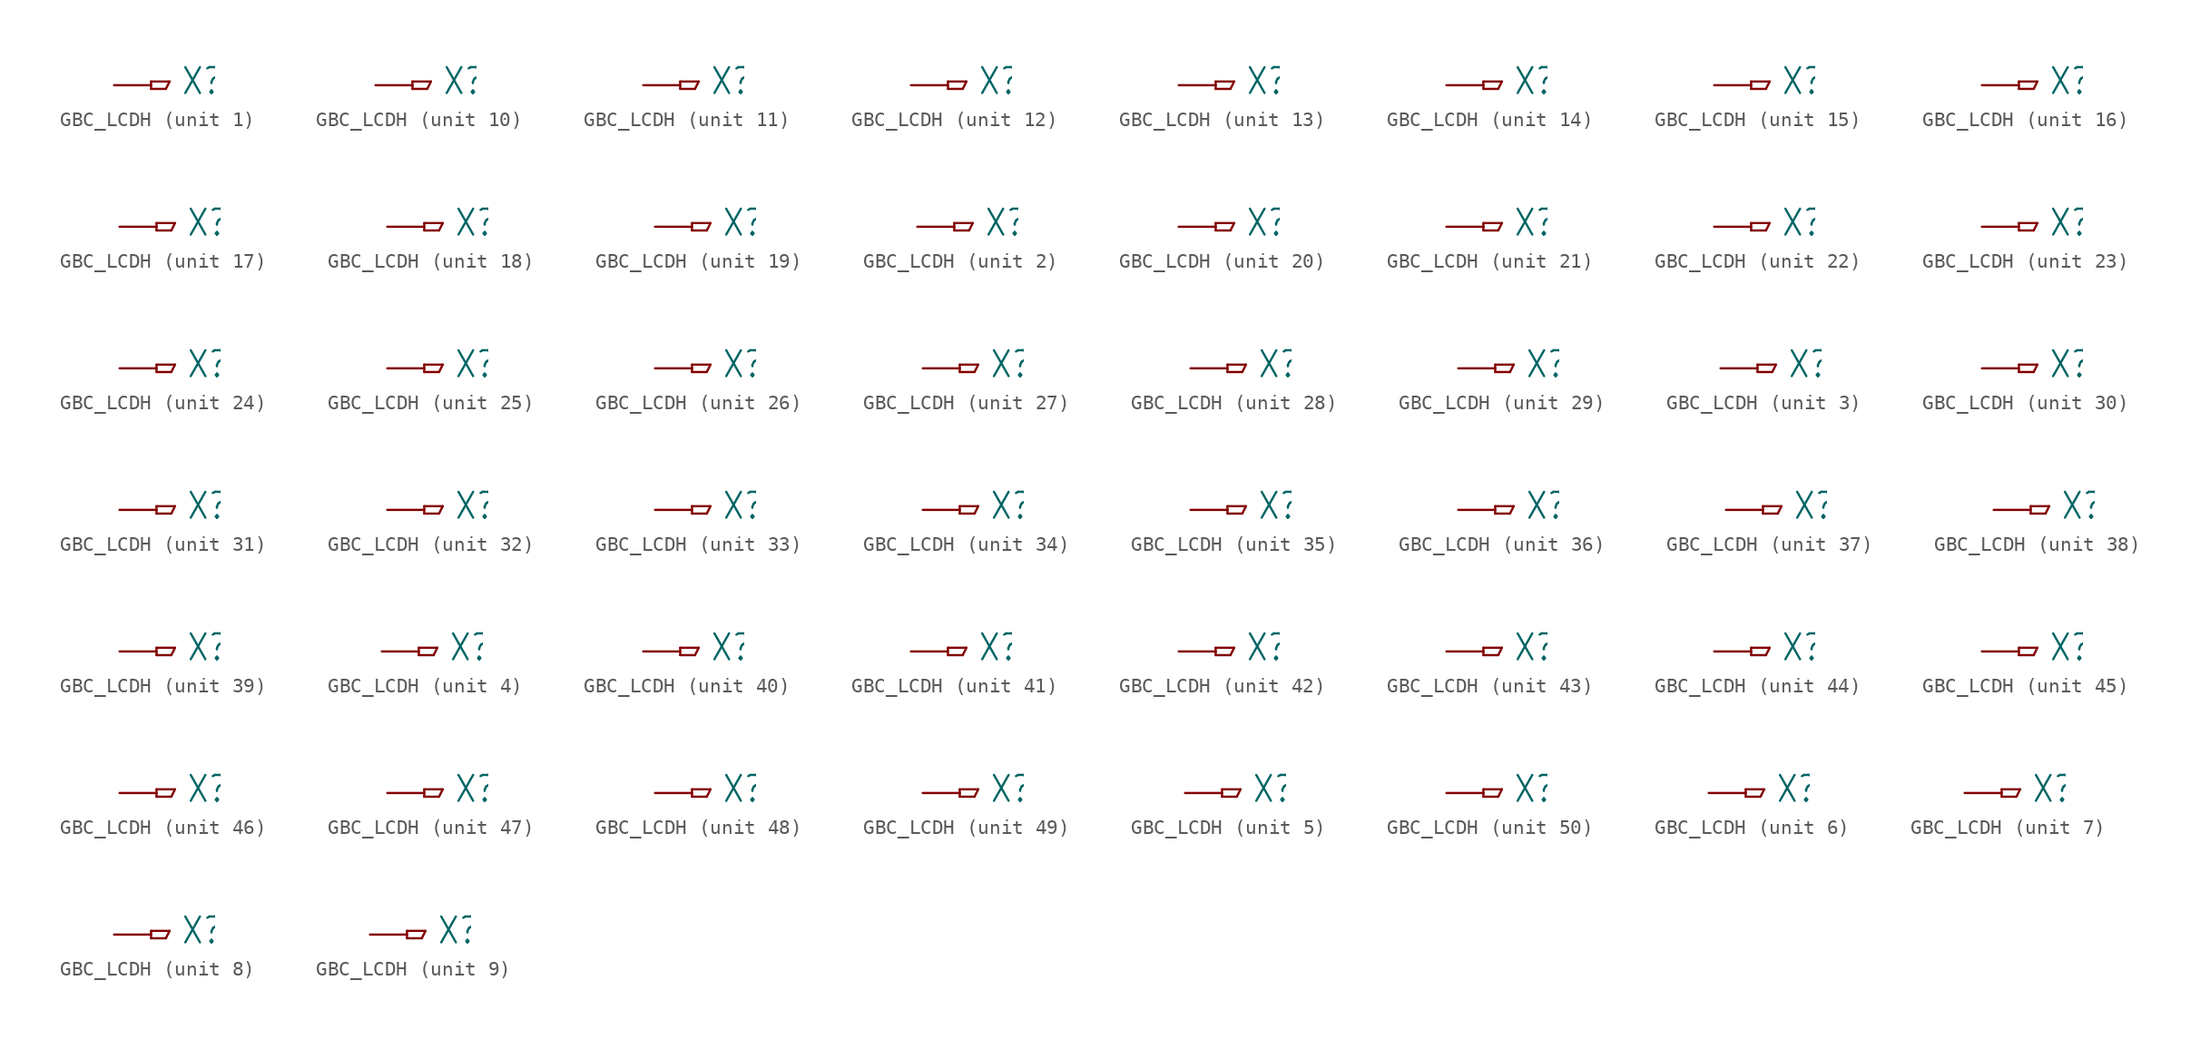
<source format=kicad_sym>
(kicad_symbol_lib
  (version 20241209)
  (generator "kicad_symbol_editor")
  (generator_version "9.0")
  (symbol "GBC_LCDH"
    (property "Reference" "X"
      (at 2.032 -0.762 0)
      (effects (font (size 1.778 1.511)) (justify left bottom)))
    (property "ki_locked" ""
      (at 0 0 0)
      (effects (font (size 1.27 1.27))))
    (symbol "GBC_LCDH_1_0"
      (polyline (pts (xy 0 0.254) (xy 0 -0.254)) (stroke (width 0.152) (type solid)) (fill (type none)))
      (polyline (pts (xy 0 -0.254) (xy 1.016 -0.254)) (stroke (width 0.152) (type solid)) (fill (type none)))
      (polyline (pts (xy 1.016 -0.254) (xy 1.27 0.254)) (stroke (width 0.152) (type solid)) (fill (type none)))
      (polyline (pts (xy 1.27 0.254) (xy 0 0.254)) (stroke (width 0.152) (type solid)) (fill (type none)))
      (pin passive line (at -2.54 0 0) (length 2.54) (name "1" (effects (font (size 0 0)))) (number "50" (effects (font (size 0 0))))))
    (symbol "GBC_LCDH_2_0"
      (polyline (pts (xy 0 0.254) (xy 0 -0.254)) (stroke (width 0.152) (type solid)) (fill (type none)))
      (polyline (pts (xy 0 -0.254) (xy 1.016 -0.254)) (stroke (width 0.152) (type solid)) (fill (type none)))
      (polyline (pts (xy 1.016 -0.254) (xy 1.27 0.254)) (stroke (width 0.152) (type solid)) (fill (type none)))
      (polyline (pts (xy 1.27 0.254) (xy 0 0.254)) (stroke (width 0.152) (type solid)) (fill (type none)))
      (pin passive line (at -2.54 0 0) (length 2.54) (name "1" (effects (font (size 0 0)))) (number "26" (effects (font (size 0 0))))))
    (symbol "GBC_LCDH_3_0"
      (polyline (pts (xy 0 0.254) (xy 0 -0.254)) (stroke (width 0.152) (type solid)) (fill (type none)))
      (polyline (pts (xy 0 -0.254) (xy 1.016 -0.254)) (stroke (width 0.152) (type solid)) (fill (type none)))
      (polyline (pts (xy 1.016 -0.254) (xy 1.27 0.254)) (stroke (width 0.152) (type solid)) (fill (type none)))
      (polyline (pts (xy 1.27 0.254) (xy 0 0.254)) (stroke (width 0.152) (type solid)) (fill (type none)))
      (pin passive line (at -2.54 0 0) (length 2.54) (name "1" (effects (font (size 0 0)))) (number "27" (effects (font (size 0 0))))))
    (symbol "GBC_LCDH_4_0"
      (polyline (pts (xy 0 0.254) (xy 0 -0.254)) (stroke (width 0.152) (type solid)) (fill (type none)))
      (polyline (pts (xy 0 -0.254) (xy 1.016 -0.254)) (stroke (width 0.152) (type solid)) (fill (type none)))
      (polyline (pts (xy 1.016 -0.254) (xy 1.27 0.254)) (stroke (width 0.152) (type solid)) (fill (type none)))
      (polyline (pts (xy 1.27 0.254) (xy 0 0.254)) (stroke (width 0.152) (type solid)) (fill (type none)))
      (pin passive line (at -2.54 0 0) (length 2.54) (name "1" (effects (font (size 0 0)))) (number "28" (effects (font (size 0 0))))))
    (symbol "GBC_LCDH_5_0"
      (polyline (pts (xy 0 0.254) (xy 0 -0.254)) (stroke (width 0.152) (type solid)) (fill (type none)))
      (polyline (pts (xy 0 -0.254) (xy 1.016 -0.254)) (stroke (width 0.152) (type solid)) (fill (type none)))
      (polyline (pts (xy 1.016 -0.254) (xy 1.27 0.254)) (stroke (width 0.152) (type solid)) (fill (type none)))
      (polyline (pts (xy 1.27 0.254) (xy 0 0.254)) (stroke (width 0.152) (type solid)) (fill (type none)))
      (pin passive line (at -2.54 0 0) (length 2.54) (name "1" (effects (font (size 0 0)))) (number "29" (effects (font (size 0 0))))))
    (symbol "GBC_LCDH_6_0"
      (polyline (pts (xy 0 0.254) (xy 0 -0.254)) (stroke (width 0.152) (type solid)) (fill (type none)))
      (polyline (pts (xy 0 -0.254) (xy 1.016 -0.254)) (stroke (width 0.152) (type solid)) (fill (type none)))
      (polyline (pts (xy 1.016 -0.254) (xy 1.27 0.254)) (stroke (width 0.152) (type solid)) (fill (type none)))
      (polyline (pts (xy 1.27 0.254) (xy 0 0.254)) (stroke (width 0.152) (type solid)) (fill (type none)))
      (pin passive line (at -2.54 0 0) (length 2.54) (name "1" (effects (font (size 0 0)))) (number "30" (effects (font (size 0 0))))))
    (symbol "GBC_LCDH_7_0"
      (polyline (pts (xy 0 0.254) (xy 0 -0.254)) (stroke (width 0.152) (type solid)) (fill (type none)))
      (polyline (pts (xy 0 -0.254) (xy 1.016 -0.254)) (stroke (width 0.152) (type solid)) (fill (type none)))
      (polyline (pts (xy 1.016 -0.254) (xy 1.27 0.254)) (stroke (width 0.152) (type solid)) (fill (type none)))
      (polyline (pts (xy 1.27 0.254) (xy 0 0.254)) (stroke (width 0.152) (type solid)) (fill (type none)))
      (pin passive line (at -2.54 0 0) (length 2.54) (name "1" (effects (font (size 0 0)))) (number "31" (effects (font (size 0 0))))))
    (symbol "GBC_LCDH_8_0"
      (polyline (pts (xy 0 0.254) (xy 0 -0.254)) (stroke (width 0.152) (type solid)) (fill (type none)))
      (polyline (pts (xy 0 -0.254) (xy 1.016 -0.254)) (stroke (width 0.152) (type solid)) (fill (type none)))
      (polyline (pts (xy 1.016 -0.254) (xy 1.27 0.254)) (stroke (width 0.152) (type solid)) (fill (type none)))
      (polyline (pts (xy 1.27 0.254) (xy 0 0.254)) (stroke (width 0.152) (type solid)) (fill (type none)))
      (pin passive line (at -2.54 0 0) (length 2.54) (name "1" (effects (font (size 0 0)))) (number "7" (effects (font (size 0 0))))))
    (symbol "GBC_LCDH_9_0"
      (polyline (pts (xy 0 0.254) (xy 0 -0.254)) (stroke (width 0.152) (type solid)) (fill (type none)))
      (polyline (pts (xy 0 -0.254) (xy 1.016 -0.254)) (stroke (width 0.152) (type solid)) (fill (type none)))
      (polyline (pts (xy 1.016 -0.254) (xy 1.27 0.254)) (stroke (width 0.152) (type solid)) (fill (type none)))
      (polyline (pts (xy 1.27 0.254) (xy 0 0.254)) (stroke (width 0.152) (type solid)) (fill (type none)))
      (pin passive line (at -2.54 0 0) (length 2.54) (name "1" (effects (font (size 0 0)))) (number "36" (effects (font (size 0 0))))))
    (symbol "GBC_LCDH_10_0"
      (polyline (pts (xy 0 0.254) (xy 0 -0.254)) (stroke (width 0.152) (type solid)) (fill (type none)))
      (polyline (pts (xy 0 -0.254) (xy 1.016 -0.254)) (stroke (width 0.152) (type solid)) (fill (type none)))
      (polyline (pts (xy 1.016 -0.254) (xy 1.27 0.254)) (stroke (width 0.152) (type solid)) (fill (type none)))
      (polyline (pts (xy 1.27 0.254) (xy 0 0.254)) (stroke (width 0.152) (type solid)) (fill (type none)))
      (pin passive line (at -2.54 0 0) (length 2.54) (name "1" (effects (font (size 0 0)))) (number "33" (effects (font (size 0 0))))))
    (symbol "GBC_LCDH_11_0"
      (polyline (pts (xy 0 0.254) (xy 0 -0.254)) (stroke (width 0.152) (type solid)) (fill (type none)))
      (polyline (pts (xy 0 -0.254) (xy 1.016 -0.254)) (stroke (width 0.152) (type solid)) (fill (type none)))
      (polyline (pts (xy 1.016 -0.254) (xy 1.27 0.254)) (stroke (width 0.152) (type solid)) (fill (type none)))
      (polyline (pts (xy 1.27 0.254) (xy 0 0.254)) (stroke (width 0.152) (type solid)) (fill (type none)))
      (pin passive line (at -2.54 0 0) (length 2.54) (name "1" (effects (font (size 0 0)))) (number "20" (effects (font (size 0 0))))))
    (symbol "GBC_LCDH_12_0"
      (polyline (pts (xy 0 0.254) (xy 0 -0.254)) (stroke (width 0.152) (type solid)) (fill (type none)))
      (polyline (pts (xy 0 -0.254) (xy 1.016 -0.254)) (stroke (width 0.152) (type solid)) (fill (type none)))
      (polyline (pts (xy 1.016 -0.254) (xy 1.27 0.254)) (stroke (width 0.152) (type solid)) (fill (type none)))
      (polyline (pts (xy 1.27 0.254) (xy 0 0.254)) (stroke (width 0.152) (type solid)) (fill (type none)))
      (pin passive line (at -2.54 0 0) (length 2.54) (name "1" (effects (font (size 0 0)))) (number "21" (effects (font (size 0 0))))))
    (symbol "GBC_LCDH_13_0"
      (polyline (pts (xy 0 0.254) (xy 0 -0.254)) (stroke (width 0.152) (type solid)) (fill (type none)))
      (polyline (pts (xy 0 -0.254) (xy 1.016 -0.254)) (stroke (width 0.152) (type solid)) (fill (type none)))
      (polyline (pts (xy 1.016 -0.254) (xy 1.27 0.254)) (stroke (width 0.152) (type solid)) (fill (type none)))
      (polyline (pts (xy 1.27 0.254) (xy 0 0.254)) (stroke (width 0.152) (type solid)) (fill (type none)))
      (pin passive line (at -2.54 0 0) (length 2.54) (name "1" (effects (font (size 0 0)))) (number "22" (effects (font (size 0 0))))))
    (symbol "GBC_LCDH_14_0"
      (polyline (pts (xy 0 0.254) (xy 0 -0.254)) (stroke (width 0.152) (type solid)) (fill (type none)))
      (polyline (pts (xy 0 -0.254) (xy 1.016 -0.254)) (stroke (width 0.152) (type solid)) (fill (type none)))
      (polyline (pts (xy 1.016 -0.254) (xy 1.27 0.254)) (stroke (width 0.152) (type solid)) (fill (type none)))
      (polyline (pts (xy 1.27 0.254) (xy 0 0.254)) (stroke (width 0.152) (type solid)) (fill (type none)))
      (pin passive line (at -2.54 0 0) (length 2.54) (name "1" (effects (font (size 0 0)))) (number "23" (effects (font (size 0 0))))))
    (symbol "GBC_LCDH_15_0"
      (polyline (pts (xy 0 0.254) (xy 0 -0.254)) (stroke (width 0.152) (type solid)) (fill (type none)))
      (polyline (pts (xy 0 -0.254) (xy 1.016 -0.254)) (stroke (width 0.152) (type solid)) (fill (type none)))
      (polyline (pts (xy 1.016 -0.254) (xy 1.27 0.254)) (stroke (width 0.152) (type solid)) (fill (type none)))
      (polyline (pts (xy 1.27 0.254) (xy 0 0.254)) (stroke (width 0.152) (type solid)) (fill (type none)))
      (pin passive line (at -2.54 0 0) (length 2.54) (name "1" (effects (font (size 0 0)))) (number "24" (effects (font (size 0 0))))))
    (symbol "GBC_LCDH_16_0"
      (polyline (pts (xy 0 0.254) (xy 0 -0.254)) (stroke (width 0.152) (type solid)) (fill (type none)))
      (polyline (pts (xy 0 -0.254) (xy 1.016 -0.254)) (stroke (width 0.152) (type solid)) (fill (type none)))
      (polyline (pts (xy 1.016 -0.254) (xy 1.27 0.254)) (stroke (width 0.152) (type solid)) (fill (type none)))
      (polyline (pts (xy 1.27 0.254) (xy 0 0.254)) (stroke (width 0.152) (type solid)) (fill (type none)))
      (pin passive line (at -2.54 0 0) (length 2.54) (name "1" (effects (font (size 0 0)))) (number "25" (effects (font (size 0 0))))))
    (symbol "GBC_LCDH_17_0"
      (polyline (pts (xy 0 0.254) (xy 0 -0.254)) (stroke (width 0.152) (type solid)) (fill (type none)))
      (polyline (pts (xy 0 -0.254) (xy 1.016 -0.254)) (stroke (width 0.152) (type solid)) (fill (type none)))
      (polyline (pts (xy 1.016 -0.254) (xy 1.27 0.254)) (stroke (width 0.152) (type solid)) (fill (type none)))
      (polyline (pts (xy 1.27 0.254) (xy 0 0.254)) (stroke (width 0.152) (type solid)) (fill (type none)))
      (pin passive line (at -2.54 0 0) (length 2.54) (name "1" (effects (font (size 0 0)))) (number "35" (effects (font (size 0 0))))))
    (symbol "GBC_LCDH_18_0"
      (polyline (pts (xy 0 0.254) (xy 0 -0.254)) (stroke (width 0.152) (type solid)) (fill (type none)))
      (polyline (pts (xy 0 -0.254) (xy 1.016 -0.254)) (stroke (width 0.152) (type solid)) (fill (type none)))
      (polyline (pts (xy 1.016 -0.254) (xy 1.27 0.254)) (stroke (width 0.152) (type solid)) (fill (type none)))
      (polyline (pts (xy 1.27 0.254) (xy 0 0.254)) (stroke (width 0.152) (type solid)) (fill (type none)))
      (pin passive line (at -2.54 0 0) (length 2.54) (name "1" (effects (font (size 0 0)))) (number "3" (effects (font (size 0 0))))))
    (symbol "GBC_LCDH_19_0"
      (polyline (pts (xy 0 0.254) (xy 0 -0.254)) (stroke (width 0.152) (type solid)) (fill (type none)))
      (polyline (pts (xy 0 -0.254) (xy 1.016 -0.254)) (stroke (width 0.152) (type solid)) (fill (type none)))
      (polyline (pts (xy 1.016 -0.254) (xy 1.27 0.254)) (stroke (width 0.152) (type solid)) (fill (type none)))
      (polyline (pts (xy 1.27 0.254) (xy 0 0.254)) (stroke (width 0.152) (type solid)) (fill (type none)))
      (pin passive line (at -2.54 0 0) (length 2.54) (name "1" (effects (font (size 0 0)))) (number "4" (effects (font (size 0 0))))))
    (symbol "GBC_LCDH_20_0"
      (polyline (pts (xy 0 0.254) (xy 0 -0.254)) (stroke (width 0.152) (type solid)) (fill (type none)))
      (polyline (pts (xy 0 -0.254) (xy 1.016 -0.254)) (stroke (width 0.152) (type solid)) (fill (type none)))
      (polyline (pts (xy 1.016 -0.254) (xy 1.27 0.254)) (stroke (width 0.152) (type solid)) (fill (type none)))
      (polyline (pts (xy 1.27 0.254) (xy 0 0.254)) (stroke (width 0.152) (type solid)) (fill (type none)))
      (pin passive line (at -2.54 0 0) (length 2.54) (name "1" (effects (font (size 0 0)))) (number "34" (effects (font (size 0 0))))))
    (symbol "GBC_LCDH_21_0"
      (polyline (pts (xy 0 0.254) (xy 0 -0.254)) (stroke (width 0.152) (type solid)) (fill (type none)))
      (polyline (pts (xy 0 -0.254) (xy 1.016 -0.254)) (stroke (width 0.152) (type solid)) (fill (type none)))
      (polyline (pts (xy 1.016 -0.254) (xy 1.27 0.254)) (stroke (width 0.152) (type solid)) (fill (type none)))
      (polyline (pts (xy 1.27 0.254) (xy 0 0.254)) (stroke (width 0.152) (type solid)) (fill (type none)))
      (pin passive line (at -2.54 0 0) (length 2.54) (name "1" (effects (font (size 0 0)))) (number "14" (effects (font (size 0 0))))))
    (symbol "GBC_LCDH_22_0"
      (polyline (pts (xy 0 0.254) (xy 0 -0.254)) (stroke (width 0.152) (type solid)) (fill (type none)))
      (polyline (pts (xy 0 -0.254) (xy 1.016 -0.254)) (stroke (width 0.152) (type solid)) (fill (type none)))
      (polyline (pts (xy 1.016 -0.254) (xy 1.27 0.254)) (stroke (width 0.152) (type solid)) (fill (type none)))
      (polyline (pts (xy 1.27 0.254) (xy 0 0.254)) (stroke (width 0.152) (type solid)) (fill (type none)))
      (pin passive line (at -2.54 0 0) (length 2.54) (name "1" (effects (font (size 0 0)))) (number "15" (effects (font (size 0 0))))))
    (symbol "GBC_LCDH_23_0"
      (polyline (pts (xy 0 0.254) (xy 0 -0.254)) (stroke (width 0.152) (type solid)) (fill (type none)))
      (polyline (pts (xy 0 -0.254) (xy 1.016 -0.254)) (stroke (width 0.152) (type solid)) (fill (type none)))
      (polyline (pts (xy 1.016 -0.254) (xy 1.27 0.254)) (stroke (width 0.152) (type solid)) (fill (type none)))
      (polyline (pts (xy 1.27 0.254) (xy 0 0.254)) (stroke (width 0.152) (type solid)) (fill (type none)))
      (pin passive line (at -2.54 0 0) (length 2.54) (name "1" (effects (font (size 0 0)))) (number "16" (effects (font (size 0 0))))))
    (symbol "GBC_LCDH_24_0"
      (polyline (pts (xy 0 0.254) (xy 0 -0.254)) (stroke (width 0.152) (type solid)) (fill (type none)))
      (polyline (pts (xy 0 -0.254) (xy 1.016 -0.254)) (stroke (width 0.152) (type solid)) (fill (type none)))
      (polyline (pts (xy 1.016 -0.254) (xy 1.27 0.254)) (stroke (width 0.152) (type solid)) (fill (type none)))
      (polyline (pts (xy 1.27 0.254) (xy 0 0.254)) (stroke (width 0.152) (type solid)) (fill (type none)))
      (pin passive line (at -2.54 0 0) (length 2.54) (name "1" (effects (font (size 0 0)))) (number "17" (effects (font (size 0 0))))))
    (symbol "GBC_LCDH_25_0"
      (polyline (pts (xy 0 0.254) (xy 0 -0.254)) (stroke (width 0.152) (type solid)) (fill (type none)))
      (polyline (pts (xy 0 -0.254) (xy 1.016 -0.254)) (stroke (width 0.152) (type solid)) (fill (type none)))
      (polyline (pts (xy 1.016 -0.254) (xy 1.27 0.254)) (stroke (width 0.152) (type solid)) (fill (type none)))
      (polyline (pts (xy 1.27 0.254) (xy 0 0.254)) (stroke (width 0.152) (type solid)) (fill (type none)))
      (pin passive line (at -2.54 0 0) (length 2.54) (name "1" (effects (font (size 0 0)))) (number "18" (effects (font (size 0 0))))))
    (symbol "GBC_LCDH_26_0"
      (polyline (pts (xy 0 0.254) (xy 0 -0.254)) (stroke (width 0.152) (type solid)) (fill (type none)))
      (polyline (pts (xy 0 -0.254) (xy 1.016 -0.254)) (stroke (width 0.152) (type solid)) (fill (type none)))
      (polyline (pts (xy 1.016 -0.254) (xy 1.27 0.254)) (stroke (width 0.152) (type solid)) (fill (type none)))
      (polyline (pts (xy 1.27 0.254) (xy 0 0.254)) (stroke (width 0.152) (type solid)) (fill (type none)))
      (pin passive line (at -2.54 0 0) (length 2.54) (name "1" (effects (font (size 0 0)))) (number "19" (effects (font (size 0 0))))))
    (symbol "GBC_LCDH_27_0"
      (polyline (pts (xy 0 0.254) (xy 0 -0.254)) (stroke (width 0.152) (type solid)) (fill (type none)))
      (polyline (pts (xy 0 -0.254) (xy 1.016 -0.254)) (stroke (width 0.152) (type solid)) (fill (type none)))
      (polyline (pts (xy 1.016 -0.254) (xy 1.27 0.254)) (stroke (width 0.152) (type solid)) (fill (type none)))
      (polyline (pts (xy 1.27 0.254) (xy 0 0.254)) (stroke (width 0.152) (type solid)) (fill (type none)))
      (pin passive line (at -2.54 0 0) (length 2.54) (name "1" (effects (font (size 0 0)))) (number "13" (effects (font (size 0 0))))))
    (symbol "GBC_LCDH_28_0"
      (polyline (pts (xy 0 0.254) (xy 0 -0.254)) (stroke (width 0.152) (type solid)) (fill (type none)))
      (polyline (pts (xy 0 -0.254) (xy 1.016 -0.254)) (stroke (width 0.152) (type solid)) (fill (type none)))
      (polyline (pts (xy 1.016 -0.254) (xy 1.27 0.254)) (stroke (width 0.152) (type solid)) (fill (type none)))
      (polyline (pts (xy 1.27 0.254) (xy 0 0.254)) (stroke (width 0.152) (type solid)) (fill (type none)))
      (pin passive line (at -2.54 0 0) (length 2.54) (name "1" (effects (font (size 0 0)))) (number "6" (effects (font (size 0 0))))))
    (symbol "GBC_LCDH_29_0"
      (polyline (pts (xy 0 0.254) (xy 0 -0.254)) (stroke (width 0.152) (type solid)) (fill (type none)))
      (polyline (pts (xy 0 -0.254) (xy 1.016 -0.254)) (stroke (width 0.152) (type solid)) (fill (type none)))
      (polyline (pts (xy 1.016 -0.254) (xy 1.27 0.254)) (stroke (width 0.152) (type solid)) (fill (type none)))
      (polyline (pts (xy 1.27 0.254) (xy 0 0.254)) (stroke (width 0.152) (type solid)) (fill (type none)))
      (pin passive line (at -2.54 0 0) (length 2.54) (name "1" (effects (font (size 0 0)))) (number "5" (effects (font (size 0 0))))))
    (symbol "GBC_LCDH_30_0"
      (polyline (pts (xy 0 0.254) (xy 0 -0.254)) (stroke (width 0.152) (type solid)) (fill (type none)))
      (polyline (pts (xy 0 -0.254) (xy 1.016 -0.254)) (stroke (width 0.152) (type solid)) (fill (type none)))
      (polyline (pts (xy 1.016 -0.254) (xy 1.27 0.254)) (stroke (width 0.152) (type solid)) (fill (type none)))
      (polyline (pts (xy 1.27 0.254) (xy 0 0.254)) (stroke (width 0.152) (type solid)) (fill (type none)))
      (pin passive line (at -2.54 0 0) (length 2.54) (name "1" (effects (font (size 0 0)))) (number "37" (effects (font (size 0 0))))))
    (symbol "GBC_LCDH_31_0"
      (polyline (pts (xy 0 0.254) (xy 0 -0.254)) (stroke (width 0.152) (type solid)) (fill (type none)))
      (polyline (pts (xy 0 -0.254) (xy 1.016 -0.254)) (stroke (width 0.152) (type solid)) (fill (type none)))
      (polyline (pts (xy 1.016 -0.254) (xy 1.27 0.254)) (stroke (width 0.152) (type solid)) (fill (type none)))
      (polyline (pts (xy 1.27 0.254) (xy 0 0.254)) (stroke (width 0.152) (type solid)) (fill (type none)))
      (pin passive line (at -2.54 0 0) (length 2.54) (name "1" (effects (font (size 0 0)))) (number "38" (effects (font (size 0 0))))))
    (symbol "GBC_LCDH_32_0"
      (polyline (pts (xy 0 0.254) (xy 0 -0.254)) (stroke (width 0.152) (type solid)) (fill (type none)))
      (polyline (pts (xy 0 -0.254) (xy 1.016 -0.254)) (stroke (width 0.152) (type solid)) (fill (type none)))
      (polyline (pts (xy 1.016 -0.254) (xy 1.27 0.254)) (stroke (width 0.152) (type solid)) (fill (type none)))
      (polyline (pts (xy 1.27 0.254) (xy 0 0.254)) (stroke (width 0.152) (type solid)) (fill (type none)))
      (pin passive line (at -2.54 0 0) (length 2.54) (name "1" (effects (font (size 0 0)))) (number "40" (effects (font (size 0 0))))))
    (symbol "GBC_LCDH_33_0"
      (polyline (pts (xy 0 0.254) (xy 0 -0.254)) (stroke (width 0.152) (type solid)) (fill (type none)))
      (polyline (pts (xy 0 -0.254) (xy 1.016 -0.254)) (stroke (width 0.152) (type solid)) (fill (type none)))
      (polyline (pts (xy 1.016 -0.254) (xy 1.27 0.254)) (stroke (width 0.152) (type solid)) (fill (type none)))
      (polyline (pts (xy 1.27 0.254) (xy 0 0.254)) (stroke (width 0.152) (type solid)) (fill (type none)))
      (pin passive line (at -2.54 0 0) (length 2.54) (name "1" (effects (font (size 0 0)))) (number "41" (effects (font (size 0 0))))))
    (symbol "GBC_LCDH_34_0"
      (polyline (pts (xy 0 0.254) (xy 0 -0.254)) (stroke (width 0.152) (type solid)) (fill (type none)))
      (polyline (pts (xy 0 -0.254) (xy 1.016 -0.254)) (stroke (width 0.152) (type solid)) (fill (type none)))
      (polyline (pts (xy 1.016 -0.254) (xy 1.27 0.254)) (stroke (width 0.152) (type solid)) (fill (type none)))
      (polyline (pts (xy 1.27 0.254) (xy 0 0.254)) (stroke (width 0.152) (type solid)) (fill (type none)))
      (pin passive line (at -2.54 0 0) (length 2.54) (name "1" (effects (font (size 0 0)))) (number "42" (effects (font (size 0 0))))))
    (symbol "GBC_LCDH_35_0"
      (polyline (pts (xy 0 0.254) (xy 0 -0.254)) (stroke (width 0.152) (type solid)) (fill (type none)))
      (polyline (pts (xy 0 -0.254) (xy 1.016 -0.254)) (stroke (width 0.152) (type solid)) (fill (type none)))
      (polyline (pts (xy 1.016 -0.254) (xy 1.27 0.254)) (stroke (width 0.152) (type solid)) (fill (type none)))
      (polyline (pts (xy 1.27 0.254) (xy 0 0.254)) (stroke (width 0.152) (type solid)) (fill (type none)))
      (pin passive line (at -2.54 0 0) (length 2.54) (name "1" (effects (font (size 0 0)))) (number "43" (effects (font (size 0 0))))))
    (symbol "GBC_LCDH_36_0"
      (polyline (pts (xy 0 0.254) (xy 0 -0.254)) (stroke (width 0.152) (type solid)) (fill (type none)))
      (polyline (pts (xy 0 -0.254) (xy 1.016 -0.254)) (stroke (width 0.152) (type solid)) (fill (type none)))
      (polyline (pts (xy 1.016 -0.254) (xy 1.27 0.254)) (stroke (width 0.152) (type solid)) (fill (type none)))
      (polyline (pts (xy 1.27 0.254) (xy 0 0.254)) (stroke (width 0.152) (type solid)) (fill (type none)))
      (pin passive line (at -2.54 0 0) (length 2.54) (name "1" (effects (font (size 0 0)))) (number "44" (effects (font (size 0 0))))))
    (symbol "GBC_LCDH_37_0"
      (polyline (pts (xy 0 0.254) (xy 0 -0.254)) (stroke (width 0.152) (type solid)) (fill (type none)))
      (polyline (pts (xy 0 -0.254) (xy 1.016 -0.254)) (stroke (width 0.152) (type solid)) (fill (type none)))
      (polyline (pts (xy 1.016 -0.254) (xy 1.27 0.254)) (stroke (width 0.152) (type solid)) (fill (type none)))
      (polyline (pts (xy 1.27 0.254) (xy 0 0.254)) (stroke (width 0.152) (type solid)) (fill (type none)))
      (pin passive line (at -2.54 0 0) (length 2.54) (name "1" (effects (font (size 0 0)))) (number "45" (effects (font (size 0 0))))))
    (symbol "GBC_LCDH_38_0"
      (polyline (pts (xy 0 0.254) (xy 0 -0.254)) (stroke (width 0.152) (type solid)) (fill (type none)))
      (polyline (pts (xy 0 -0.254) (xy 1.016 -0.254)) (stroke (width 0.152) (type solid)) (fill (type none)))
      (polyline (pts (xy 1.016 -0.254) (xy 1.27 0.254)) (stroke (width 0.152) (type solid)) (fill (type none)))
      (polyline (pts (xy 1.27 0.254) (xy 0 0.254)) (stroke (width 0.152) (type solid)) (fill (type none)))
      (pin passive line (at -2.54 0 0) (length 2.54) (name "1" (effects (font (size 0 0)))) (number "46" (effects (font (size 0 0))))))
    (symbol "GBC_LCDH_39_0"
      (polyline (pts (xy 0 0.254) (xy 0 -0.254)) (stroke (width 0.152) (type solid)) (fill (type none)))
      (polyline (pts (xy 0 -0.254) (xy 1.016 -0.254)) (stroke (width 0.152) (type solid)) (fill (type none)))
      (polyline (pts (xy 1.016 -0.254) (xy 1.27 0.254)) (stroke (width 0.152) (type solid)) (fill (type none)))
      (polyline (pts (xy 1.27 0.254) (xy 0 0.254)) (stroke (width 0.152) (type solid)) (fill (type none)))
      (pin passive line (at -2.54 0 0) (length 2.54) (name "1" (effects (font (size 0 0)))) (number "47" (effects (font (size 0 0))))))
    (symbol "GBC_LCDH_40_0"
      (polyline (pts (xy 0 0.254) (xy 0 -0.254)) (stroke (width 0.152) (type solid)) (fill (type none)))
      (polyline (pts (xy 0 -0.254) (xy 1.016 -0.254)) (stroke (width 0.152) (type solid)) (fill (type none)))
      (polyline (pts (xy 1.016 -0.254) (xy 1.27 0.254)) (stroke (width 0.152) (type solid)) (fill (type none)))
      (polyline (pts (xy 1.27 0.254) (xy 0 0.254)) (stroke (width 0.152) (type solid)) (fill (type none)))
      (pin passive line (at -2.54 0 0) (length 2.54) (name "1" (effects (font (size 0 0)))) (number "48" (effects (font (size 0 0))))))
    (symbol "GBC_LCDH_41_0"
      (polyline (pts (xy 0 0.254) (xy 0 -0.254)) (stroke (width 0.152) (type solid)) (fill (type none)))
      (polyline (pts (xy 0 -0.254) (xy 1.016 -0.254)) (stroke (width 0.152) (type solid)) (fill (type none)))
      (polyline (pts (xy 1.016 -0.254) (xy 1.27 0.254)) (stroke (width 0.152) (type solid)) (fill (type none)))
      (polyline (pts (xy 1.27 0.254) (xy 0 0.254)) (stroke (width 0.152) (type solid)) (fill (type none)))
      (pin passive line (at -2.54 0 0) (length 2.54) (name "1" (effects (font (size 0 0)))) (number "49" (effects (font (size 0 0))))))
    (symbol "GBC_LCDH_42_0"
      (polyline (pts (xy 0 0.254) (xy 0 -0.254)) (stroke (width 0.152) (type solid)) (fill (type none)))
      (polyline (pts (xy 0 -0.254) (xy 1.016 -0.254)) (stroke (width 0.152) (type solid)) (fill (type none)))
      (polyline (pts (xy 1.016 -0.254) (xy 1.27 0.254)) (stroke (width 0.152) (type solid)) (fill (type none)))
      (polyline (pts (xy 1.27 0.254) (xy 0 0.254)) (stroke (width 0.152) (type solid)) (fill (type none)))
      (pin passive line (at -2.54 0 0) (length 2.54) (name "1" (effects (font (size 0 0)))) (number "2" (effects (font (size 0 0))))))
    (symbol "GBC_LCDH_43_0"
      (polyline (pts (xy 0 0.254) (xy 0 -0.254)) (stroke (width 0.152) (type solid)) (fill (type none)))
      (polyline (pts (xy 0 -0.254) (xy 1.016 -0.254)) (stroke (width 0.152) (type solid)) (fill (type none)))
      (polyline (pts (xy 1.016 -0.254) (xy 1.27 0.254)) (stroke (width 0.152) (type solid)) (fill (type none)))
      (polyline (pts (xy 1.27 0.254) (xy 0 0.254)) (stroke (width 0.152) (type solid)) (fill (type none)))
      (pin passive line (at -2.54 0 0) (length 2.54) (name "1" (effects (font (size 0 0)))) (number "11" (effects (font (size 0 0))))))
    (symbol "GBC_LCDH_44_0"
      (polyline (pts (xy 0 0.254) (xy 0 -0.254)) (stroke (width 0.152) (type solid)) (fill (type none)))
      (polyline (pts (xy 0 -0.254) (xy 1.016 -0.254)) (stroke (width 0.152) (type solid)) (fill (type none)))
      (polyline (pts (xy 1.016 -0.254) (xy 1.27 0.254)) (stroke (width 0.152) (type solid)) (fill (type none)))
      (polyline (pts (xy 1.27 0.254) (xy 0 0.254)) (stroke (width 0.152) (type solid)) (fill (type none)))
      (pin passive line (at -2.54 0 0) (length 2.54) (name "1" (effects (font (size 0 0)))) (number "12" (effects (font (size 0 0))))))
    (symbol "GBC_LCDH_45_0"
      (polyline (pts (xy 0 0.254) (xy 0 -0.254)) (stroke (width 0.152) (type solid)) (fill (type none)))
      (polyline (pts (xy 0 -0.254) (xy 1.016 -0.254)) (stroke (width 0.152) (type solid)) (fill (type none)))
      (polyline (pts (xy 1.016 -0.254) (xy 1.27 0.254)) (stroke (width 0.152) (type solid)) (fill (type none)))
      (polyline (pts (xy 1.27 0.254) (xy 0 0.254)) (stroke (width 0.152) (type solid)) (fill (type none)))
      (pin passive line (at -2.54 0 0) (length 2.54) (name "1" (effects (font (size 0 0)))) (number "1" (effects (font (size 0 0))))))
    (symbol "GBC_LCDH_46_0"
      (polyline (pts (xy 0 0.254) (xy 0 -0.254)) (stroke (width 0.152) (type solid)) (fill (type none)))
      (polyline (pts (xy 0 -0.254) (xy 1.016 -0.254)) (stroke (width 0.152) (type solid)) (fill (type none)))
      (polyline (pts (xy 1.016 -0.254) (xy 1.27 0.254)) (stroke (width 0.152) (type solid)) (fill (type none)))
      (polyline (pts (xy 1.27 0.254) (xy 0 0.254)) (stroke (width 0.152) (type solid)) (fill (type none)))
      (pin passive line (at -2.54 0 0) (length 2.54) (name "1" (effects (font (size 0 0)))) (number "10" (effects (font (size 0 0))))))
    (symbol "GBC_LCDH_47_0"
      (polyline (pts (xy 0 0.254) (xy 0 -0.254)) (stroke (width 0.152) (type solid)) (fill (type none)))
      (polyline (pts (xy 0 -0.254) (xy 1.016 -0.254)) (stroke (width 0.152) (type solid)) (fill (type none)))
      (polyline (pts (xy 1.016 -0.254) (xy 1.27 0.254)) (stroke (width 0.152) (type solid)) (fill (type none)))
      (polyline (pts (xy 1.27 0.254) (xy 0 0.254)) (stroke (width 0.152) (type solid)) (fill (type none)))
      (pin passive line (at -2.54 0 0) (length 2.54) (name "1" (effects (font (size 0 0)))) (number "9" (effects (font (size 0 0))))))
    (symbol "GBC_LCDH_48_0"
      (polyline (pts (xy 0 0.254) (xy 0 -0.254)) (stroke (width 0.152) (type solid)) (fill (type none)))
      (polyline (pts (xy 0 -0.254) (xy 1.016 -0.254)) (stroke (width 0.152) (type solid)) (fill (type none)))
      (polyline (pts (xy 1.016 -0.254) (xy 1.27 0.254)) (stroke (width 0.152) (type solid)) (fill (type none)))
      (polyline (pts (xy 1.27 0.254) (xy 0 0.254)) (stroke (width 0.152) (type solid)) (fill (type none)))
      (pin passive line (at -2.54 0 0) (length 2.54) (name "1" (effects (font (size 0 0)))) (number "39" (effects (font (size 0 0))))))
    (symbol "GBC_LCDH_49_0"
      (polyline (pts (xy 0 0.254) (xy 0 -0.254)) (stroke (width 0.152) (type solid)) (fill (type none)))
      (polyline (pts (xy 0 -0.254) (xy 1.016 -0.254)) (stroke (width 0.152) (type solid)) (fill (type none)))
      (polyline (pts (xy 1.016 -0.254) (xy 1.27 0.254)) (stroke (width 0.152) (type solid)) (fill (type none)))
      (polyline (pts (xy 1.27 0.254) (xy 0 0.254)) (stroke (width 0.152) (type solid)) (fill (type none)))
      (pin passive line (at -2.54 0 0) (length 2.54) (name "1" (effects (font (size 0 0)))) (number "32" (effects (font (size 0 0))))))
    (symbol "GBC_LCDH_50_0"
      (polyline (pts (xy 0 0.254) (xy 0 -0.254)) (stroke (width 0.152) (type solid)) (fill (type none)))
      (polyline (pts (xy 0 -0.254) (xy 1.016 -0.254)) (stroke (width 0.152) (type solid)) (fill (type none)))
      (polyline (pts (xy 1.016 -0.254) (xy 1.27 0.254)) (stroke (width 0.152) (type solid)) (fill (type none)))
      (polyline (pts (xy 1.27 0.254) (xy 0 0.254)) (stroke (width 0.152) (type solid)) (fill (type none)))
      (pin passive line (at -2.54 0 0) (length 2.54) (name "1" (effects (font (size 0 0)))) (number "8" (effects (font (size 0 0))))))))
</source>
